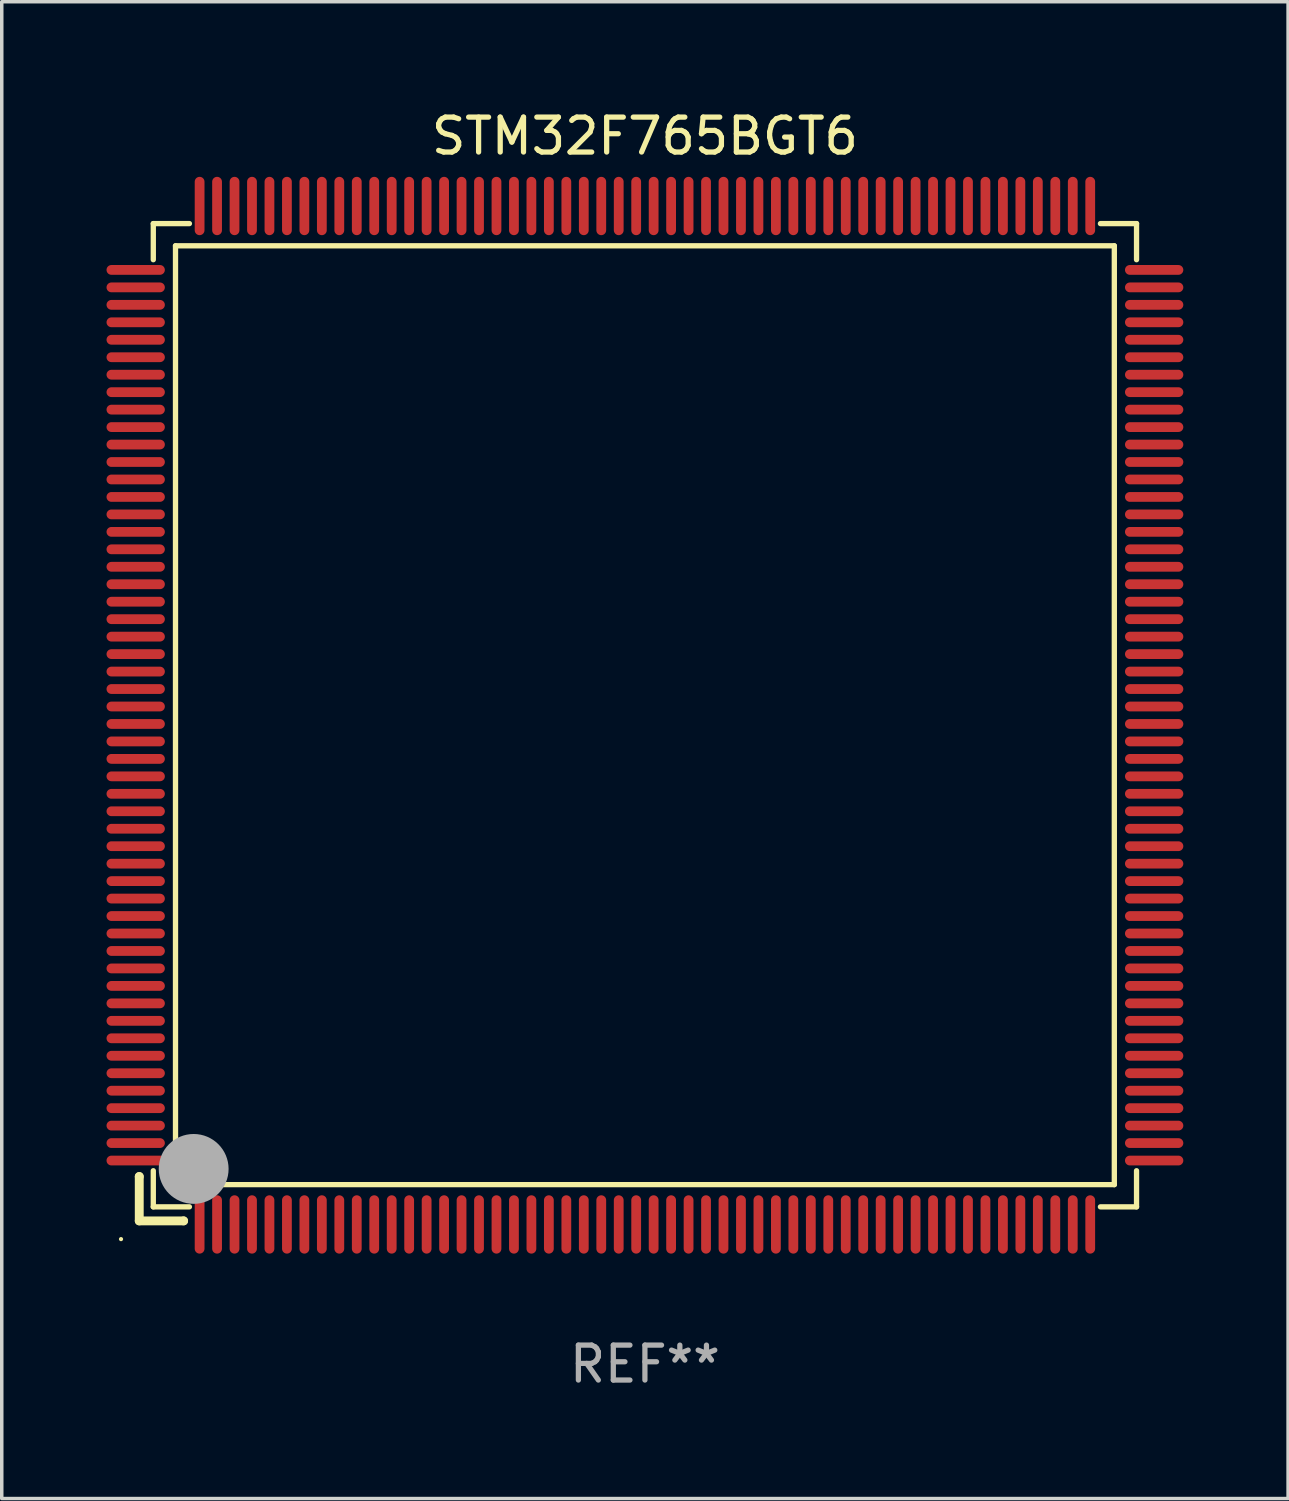
<source format=kicad_pcb>
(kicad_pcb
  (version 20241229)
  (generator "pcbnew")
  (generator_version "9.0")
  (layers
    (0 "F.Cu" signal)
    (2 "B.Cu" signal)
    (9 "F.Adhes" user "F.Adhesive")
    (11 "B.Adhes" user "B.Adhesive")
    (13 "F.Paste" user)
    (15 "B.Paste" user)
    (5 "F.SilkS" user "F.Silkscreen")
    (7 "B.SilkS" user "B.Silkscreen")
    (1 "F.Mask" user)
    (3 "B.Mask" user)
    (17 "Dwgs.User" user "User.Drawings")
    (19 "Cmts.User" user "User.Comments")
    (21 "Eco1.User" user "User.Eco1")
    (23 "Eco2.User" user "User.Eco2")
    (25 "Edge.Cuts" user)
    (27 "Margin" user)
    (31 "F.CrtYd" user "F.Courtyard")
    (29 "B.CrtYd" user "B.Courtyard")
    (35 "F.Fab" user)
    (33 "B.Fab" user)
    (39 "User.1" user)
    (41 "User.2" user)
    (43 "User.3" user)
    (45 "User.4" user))
  (footprint "STM32F765BGT6"
    (layer "F.Cu")
    (at 15.415 17.428)
    (property "Reference" "STM32F765BGT6" (at 0 -16.58 0) (layer "F.SilkS") (effects (font (size 1 1) (thickness 0.15))))
    (attr through_hole)
    (fp_line (start -14.478 13.208) (end -14.478 13.208) (stroke (width 0.254) (type solid)) (layer "F.SilkS"))
    (fp_line (start -14.478 13.208) (end -14.478 14.478) (stroke (width 0.254) (type solid)) (layer "F.SilkS"))
    (fp_line (start -14.478 14.478) (end -13.208 14.478) (stroke (width 0.254) (type solid)) (layer "F.SilkS"))
    (fp_line (start -14.076 -14.076) (end -14.076 -13.042) (stroke (width 0.152) (type solid)) (layer "F.SilkS"))
    (fp_line (start -14.076 14.076) (end -14.076 13.042) (stroke (width 0.152) (type solid)) (layer "F.SilkS"))
    (fp_line (start -13.44 -13.44) (end 13.44 -13.44) (stroke (width 0.152) (type solid)) (layer "F.SilkS"))
    (fp_line (start -13.44 13.44) (end -13.44 -13.44) (stroke (width 0.152) (type solid)) (layer "F.SilkS"))
    (fp_line (start -13.208 14.478) (end -13.208 14.478) (stroke (width 0.254) (type solid)) (layer "F.SilkS"))
    (fp_line (start -13.042 -14.076) (end -14.076 -14.076) (stroke (width 0.152) (type solid)) (layer "F.SilkS"))
    (fp_line (start -13.042 14.076) (end -14.076 14.076) (stroke (width 0.152) (type solid)) (layer "F.SilkS"))
    (fp_line (start 13.042 -14.076) (end 14.076 -14.076) (stroke (width 0.152) (type solid)) (layer "F.SilkS"))
    (fp_line (start 13.042 14.076) (end 14.076 14.076) (stroke (width 0.152) (type solid)) (layer "F.SilkS"))
    (fp_line (start 13.44 -13.44) (end 13.44 13.44) (stroke (width 0.152) (type solid)) (layer "F.SilkS"))
    (fp_line (start 13.44 13.44) (end -13.44 13.44) (stroke (width 0.152) (type solid)) (layer "F.SilkS"))
    (fp_line (start 14.076 -14.076) (end 14.076 -13.042) (stroke (width 0.152) (type solid)) (layer "F.SilkS"))
    (fp_line (start 14.076 14.076) (end 14.076 13.042) (stroke (width 0.152) (type solid)) (layer "F.SilkS"))
    (fp_circle (center -15 15) (end -14.97 15) (stroke (width 0.06) (type solid)) (fill no) (layer "F.SilkS"))
    (fp_circle (center -13.138 13.138) (end -13.063 13.138) (stroke (width 0.15) (type solid)) (fill no) (layer "F.SilkS"))
    (fp_circle (center -12.92 12.99) (end -12.42 12.99) (stroke (width 1) (type solid)) (fill no) (layer "F.Fab"))
    (fp_text user "REF**" (at 0 18.58 0) (layer "F.Fab") (effects (font (size 1 1) (thickness 0.15))))
    (pad "1" smd oval (at -12.75 14.58) (size 0.28 1.67) (layers "F.Cu" "F.Mask" "F.Paste"))
    (pad "2" smd oval (at -12.25 14.58) (size 0.28 1.67) (layers "F.Cu" "F.Mask" "F.Paste"))
    (pad "3" smd oval (at -11.75 14.58) (size 0.28 1.67) (layers "F.Cu" "F.Mask" "F.Paste"))
    (pad "4" smd oval (at -11.25 14.58) (size 0.28 1.67) (layers "F.Cu" "F.Mask" "F.Paste"))
    (pad "5" smd oval (at -10.75 14.58) (size 0.28 1.67) (layers "F.Cu" "F.Mask" "F.Paste"))
    (pad "6" smd oval (at -10.25 14.58) (size 0.28 1.67) (layers "F.Cu" "F.Mask" "F.Paste"))
    (pad "7" smd oval (at -9.75 14.58) (size 0.28 1.67) (layers "F.Cu" "F.Mask" "F.Paste"))
    (pad "8" smd oval (at -9.25 14.58) (size 0.28 1.67) (layers "F.Cu" "F.Mask" "F.Paste"))
    (pad "9" smd oval (at -8.75 14.58) (size 0.28 1.67) (layers "F.Cu" "F.Mask" "F.Paste"))
    (pad "10" smd oval (at -8.25 14.58) (size 0.28 1.67) (layers "F.Cu" "F.Mask" "F.Paste"))
    (pad "11" smd oval (at -7.75 14.58) (size 0.28 1.67) (layers "F.Cu" "F.Mask" "F.Paste"))
    (pad "12" smd oval (at -7.25 14.58) (size 0.28 1.67) (layers "F.Cu" "F.Mask" "F.Paste"))
    (pad "13" smd oval (at -6.75 14.58) (size 0.28 1.67) (layers "F.Cu" "F.Mask" "F.Paste"))
    (pad "14" smd oval (at -6.25 14.58) (size 0.28 1.67) (layers "F.Cu" "F.Mask" "F.Paste"))
    (pad "15" smd oval (at -5.75 14.58) (size 0.28 1.67) (layers "F.Cu" "F.Mask" "F.Paste"))
    (pad "16" smd oval (at -5.25 14.58) (size 0.28 1.67) (layers "F.Cu" "F.Mask" "F.Paste"))
    (pad "17" smd oval (at -4.75 14.58) (size 0.28 1.67) (layers "F.Cu" "F.Mask" "F.Paste"))
    (pad "18" smd oval (at -4.25 14.58) (size 0.28 1.67) (layers "F.Cu" "F.Mask" "F.Paste"))
    (pad "19" smd oval (at -3.75 14.58) (size 0.28 1.67) (layers "F.Cu" "F.Mask" "F.Paste"))
    (pad "20" smd oval (at -3.25 14.58) (size 0.28 1.67) (layers "F.Cu" "F.Mask" "F.Paste"))
    (pad "21" smd oval (at -2.75 14.58) (size 0.28 1.67) (layers "F.Cu" "F.Mask" "F.Paste"))
    (pad "22" smd oval (at -2.25 14.58) (size 0.28 1.67) (layers "F.Cu" "F.Mask" "F.Paste"))
    (pad "23" smd oval (at -1.75 14.58) (size 0.28 1.67) (layers "F.Cu" "F.Mask" "F.Paste"))
    (pad "24" smd oval (at -1.25 14.58) (size 0.28 1.67) (layers "F.Cu" "F.Mask" "F.Paste"))
    (pad "25" smd oval (at -0.75 14.58) (size 0.28 1.67) (layers "F.Cu" "F.Mask" "F.Paste"))
    (pad "26" smd oval (at -0.25 14.58) (size 0.28 1.67) (layers "F.Cu" "F.Mask" "F.Paste"))
    (pad "27" smd oval (at 0.25 14.58) (size 0.28 1.67) (layers "F.Cu" "F.Mask" "F.Paste"))
    (pad "28" smd oval (at 0.75 14.58) (size 0.28 1.67) (layers "F.Cu" "F.Mask" "F.Paste"))
    (pad "29" smd oval (at 1.25 14.58) (size 0.28 1.67) (layers "F.Cu" "F.Mask" "F.Paste"))
    (pad "30" smd oval (at 1.75 14.58) (size 0.28 1.67) (layers "F.Cu" "F.Mask" "F.Paste"))
    (pad "31" smd oval (at 2.25 14.58) (size 0.28 1.67) (layers "F.Cu" "F.Mask" "F.Paste"))
    (pad "32" smd oval (at 2.75 14.58) (size 0.28 1.67) (layers "F.Cu" "F.Mask" "F.Paste"))
    (pad "33" smd oval (at 3.25 14.58) (size 0.28 1.67) (layers "F.Cu" "F.Mask" "F.Paste"))
    (pad "34" smd oval (at 3.75 14.58) (size 0.28 1.67) (layers "F.Cu" "F.Mask" "F.Paste"))
    (pad "35" smd oval (at 4.25 14.58) (size 0.28 1.67) (layers "F.Cu" "F.Mask" "F.Paste"))
    (pad "36" smd oval (at 4.75 14.58) (size 0.28 1.67) (layers "F.Cu" "F.Mask" "F.Paste"))
    (pad "37" smd oval (at 5.25 14.58) (size 0.28 1.67) (layers "F.Cu" "F.Mask" "F.Paste"))
    (pad "38" smd oval (at 5.75 14.58) (size 0.28 1.67) (layers "F.Cu" "F.Mask" "F.Paste"))
    (pad "39" smd oval (at 6.25 14.58) (size 0.28 1.67) (layers "F.Cu" "F.Mask" "F.Paste"))
    (pad "40" smd oval (at 6.75 14.58) (size 0.28 1.67) (layers "F.Cu" "F.Mask" "F.Paste"))
    (pad "41" smd oval (at 7.25 14.58) (size 0.28 1.67) (layers "F.Cu" "F.Mask" "F.Paste"))
    (pad "42" smd oval (at 7.75 14.58) (size 0.28 1.67) (layers "F.Cu" "F.Mask" "F.Paste"))
    (pad "43" smd oval (at 8.25 14.58) (size 0.28 1.67) (layers "F.Cu" "F.Mask" "F.Paste"))
    (pad "44" smd oval (at 8.75 14.58) (size 0.28 1.67) (layers "F.Cu" "F.Mask" "F.Paste"))
    (pad "45" smd oval (at 9.25 14.58) (size 0.28 1.67) (layers "F.Cu" "F.Mask" "F.Paste"))
    (pad "46" smd oval (at 9.75 14.58) (size 0.28 1.67) (layers "F.Cu" "F.Mask" "F.Paste"))
    (pad "47" smd oval (at 10.25 14.58) (size 0.28 1.67) (layers "F.Cu" "F.Mask" "F.Paste"))
    (pad "48" smd oval (at 10.75 14.58) (size 0.28 1.67) (layers "F.Cu" "F.Mask" "F.Paste"))
    (pad "49" smd oval (at 11.25 14.58) (size 0.28 1.67) (layers "F.Cu" "F.Mask" "F.Paste"))
    (pad "50" smd oval (at 11.75 14.58) (size 0.28 1.67) (layers "F.Cu" "F.Mask" "F.Paste"))
    (pad "51" smd oval (at 12.25 14.58) (size 0.28 1.67) (layers "F.Cu" "F.Mask" "F.Paste"))
    (pad "52" smd oval (at 12.75 14.58) (size 0.28 1.67) (layers "F.Cu" "F.Mask" "F.Paste"))
    (pad "53" smd oval (at 14.58 12.75) (size 1.67 0.28) (layers "F.Cu" "F.Mask" "F.Paste"))
    (pad "54" smd oval (at 14.58 12.25) (size 1.67 0.28) (layers "F.Cu" "F.Mask" "F.Paste"))
    (pad "55" smd oval (at 14.58 11.75) (size 1.67 0.28) (layers "F.Cu" "F.Mask" "F.Paste"))
    (pad "56" smd oval (at 14.58 11.25) (size 1.67 0.28) (layers "F.Cu" "F.Mask" "F.Paste"))
    (pad "57" smd oval (at 14.58 10.75) (size 1.67 0.28) (layers "F.Cu" "F.Mask" "F.Paste"))
    (pad "58" smd oval (at 14.58 10.25) (size 1.67 0.28) (layers "F.Cu" "F.Mask" "F.Paste"))
    (pad "59" smd oval (at 14.58 9.75) (size 1.67 0.28) (layers "F.Cu" "F.Mask" "F.Paste"))
    (pad "60" smd oval (at 14.58 9.25) (size 1.67 0.28) (layers "F.Cu" "F.Mask" "F.Paste"))
    (pad "61" smd oval (at 14.58 8.75) (size 1.67 0.28) (layers "F.Cu" "F.Mask" "F.Paste"))
    (pad "62" smd oval (at 14.58 8.25) (size 1.67 0.28) (layers "F.Cu" "F.Mask" "F.Paste"))
    (pad "63" smd oval (at 14.58 7.75) (size 1.67 0.28) (layers "F.Cu" "F.Mask" "F.Paste"))
    (pad "64" smd oval (at 14.58 7.25) (size 1.67 0.28) (layers "F.Cu" "F.Mask" "F.Paste"))
    (pad "65" smd oval (at 14.58 6.75) (size 1.67 0.28) (layers "F.Cu" "F.Mask" "F.Paste"))
    (pad "66" smd oval (at 14.58 6.25) (size 1.67 0.28) (layers "F.Cu" "F.Mask" "F.Paste"))
    (pad "67" smd oval (at 14.58 5.75) (size 1.67 0.28) (layers "F.Cu" "F.Mask" "F.Paste"))
    (pad "68" smd oval (at 14.58 5.25) (size 1.67 0.28) (layers "F.Cu" "F.Mask" "F.Paste"))
    (pad "69" smd oval (at 14.58 4.75) (size 1.67 0.28) (layers "F.Cu" "F.Mask" "F.Paste"))
    (pad "70" smd oval (at 14.58 4.25) (size 1.67 0.28) (layers "F.Cu" "F.Mask" "F.Paste"))
    (pad "71" smd oval (at 14.58 3.75) (size 1.67 0.28) (layers "F.Cu" "F.Mask" "F.Paste"))
    (pad "72" smd oval (at 14.58 3.25) (size 1.67 0.28) (layers "F.Cu" "F.Mask" "F.Paste"))
    (pad "73" smd oval (at 14.58 2.75) (size 1.67 0.28) (layers "F.Cu" "F.Mask" "F.Paste"))
    (pad "74" smd oval (at 14.58 2.25) (size 1.67 0.28) (layers "F.Cu" "F.Mask" "F.Paste"))
    (pad "75" smd oval (at 14.58 1.75) (size 1.67 0.28) (layers "F.Cu" "F.Mask" "F.Paste"))
    (pad "76" smd oval (at 14.58 1.25) (size 1.67 0.28) (layers "F.Cu" "F.Mask" "F.Paste"))
    (pad "77" smd oval (at 14.58 0.75) (size 1.67 0.28) (layers "F.Cu" "F.Mask" "F.Paste"))
    (pad "78" smd oval (at 14.58 0.25) (size 1.67 0.28) (layers "F.Cu" "F.Mask" "F.Paste"))
    (pad "79" smd oval (at 14.58 -0.25) (size 1.67 0.28) (layers "F.Cu" "F.Mask" "F.Paste"))
    (pad "80" smd oval (at 14.58 -0.75) (size 1.67 0.28) (layers "F.Cu" "F.Mask" "F.Paste"))
    (pad "81" smd oval (at 14.58 -1.25) (size 1.67 0.28) (layers "F.Cu" "F.Mask" "F.Paste"))
    (pad "82" smd oval (at 14.58 -1.75) (size 1.67 0.28) (layers "F.Cu" "F.Mask" "F.Paste"))
    (pad "83" smd oval (at 14.58 -2.25) (size 1.67 0.28) (layers "F.Cu" "F.Mask" "F.Paste"))
    (pad "84" smd oval (at 14.58 -2.75) (size 1.67 0.28) (layers "F.Cu" "F.Mask" "F.Paste"))
    (pad "85" smd oval (at 14.58 -3.25) (size 1.67 0.28) (layers "F.Cu" "F.Mask" "F.Paste"))
    (pad "86" smd oval (at 14.58 -3.75) (size 1.67 0.28) (layers "F.Cu" "F.Mask" "F.Paste"))
    (pad "87" smd oval (at 14.58 -4.25) (size 1.67 0.28) (layers "F.Cu" "F.Mask" "F.Paste"))
    (pad "88" smd oval (at 14.58 -4.75) (size 1.67 0.28) (layers "F.Cu" "F.Mask" "F.Paste"))
    (pad "89" smd oval (at 14.58 -5.25) (size 1.67 0.28) (layers "F.Cu" "F.Mask" "F.Paste"))
    (pad "90" smd oval (at 14.58 -5.75) (size 1.67 0.28) (layers "F.Cu" "F.Mask" "F.Paste"))
    (pad "91" smd oval (at 14.58 -6.25) (size 1.67 0.28) (layers "F.Cu" "F.Mask" "F.Paste"))
    (pad "92" smd oval (at 14.58 -6.75) (size 1.67 0.28) (layers "F.Cu" "F.Mask" "F.Paste"))
    (pad "93" smd oval (at 14.58 -7.25) (size 1.67 0.28) (layers "F.Cu" "F.Mask" "F.Paste"))
    (pad "94" smd oval (at 14.58 -7.75) (size 1.67 0.28) (layers "F.Cu" "F.Mask" "F.Paste"))
    (pad "95" smd oval (at 14.58 -8.25) (size 1.67 0.28) (layers "F.Cu" "F.Mask" "F.Paste"))
    (pad "96" smd oval (at 14.58 -8.75) (size 1.67 0.28) (layers "F.Cu" "F.Mask" "F.Paste"))
    (pad "97" smd oval (at 14.58 -9.25) (size 1.67 0.28) (layers "F.Cu" "F.Mask" "F.Paste"))
    (pad "98" smd oval (at 14.58 -9.75) (size 1.67 0.28) (layers "F.Cu" "F.Mask" "F.Paste"))
    (pad "99" smd oval (at 14.58 -10.25) (size 1.67 0.28) (layers "F.Cu" "F.Mask" "F.Paste"))
    (pad "100" smd oval (at 14.58 -10.75) (size 1.67 0.28) (layers "F.Cu" "F.Mask" "F.Paste"))
    (pad "101" smd oval (at 14.58 -11.25) (size 1.67 0.28) (layers "F.Cu" "F.Mask" "F.Paste"))
    (pad "102" smd oval (at 14.58 -11.75) (size 1.67 0.28) (layers "F.Cu" "F.Mask" "F.Paste"))
    (pad "103" smd oval (at 14.58 -12.25) (size 1.67 0.28) (layers "F.Cu" "F.Mask" "F.Paste"))
    (pad "104" smd oval (at 14.58 -12.75) (size 1.67 0.28) (layers "F.Cu" "F.Mask" "F.Paste"))
    (pad "105" smd oval (at 12.75 -14.58) (size 0.28 1.67) (layers "F.Cu" "F.Mask" "F.Paste"))
    (pad "106" smd oval (at 12.25 -14.58) (size 0.28 1.67) (layers "F.Cu" "F.Mask" "F.Paste"))
    (pad "107" smd oval (at 11.75 -14.58) (size 0.28 1.67) (layers "F.Cu" "F.Mask" "F.Paste"))
    (pad "108" smd oval (at 11.25 -14.58) (size 0.28 1.67) (layers "F.Cu" "F.Mask" "F.Paste"))
    (pad "109" smd oval (at 10.75 -14.58) (size 0.28 1.67) (layers "F.Cu" "F.Mask" "F.Paste"))
    (pad "110" smd oval (at 10.25 -14.58) (size 0.28 1.67) (layers "F.Cu" "F.Mask" "F.Paste"))
    (pad "111" smd oval (at 9.75 -14.58) (size 0.28 1.67) (layers "F.Cu" "F.Mask" "F.Paste"))
    (pad "112" smd oval (at 9.25 -14.58) (size 0.28 1.67) (layers "F.Cu" "F.Mask" "F.Paste"))
    (pad "113" smd oval (at 8.75 -14.58) (size 0.28 1.67) (layers "F.Cu" "F.Mask" "F.Paste"))
    (pad "114" smd oval (at 8.25 -14.58) (size 0.28 1.67) (layers "F.Cu" "F.Mask" "F.Paste"))
    (pad "115" smd oval (at 7.75 -14.58) (size 0.28 1.67) (layers "F.Cu" "F.Mask" "F.Paste"))
    (pad "116" smd oval (at 7.25 -14.58) (size 0.28 1.67) (layers "F.Cu" "F.Mask" "F.Paste"))
    (pad "117" smd oval (at 6.75 -14.58) (size 0.28 1.67) (layers "F.Cu" "F.Mask" "F.Paste"))
    (pad "118" smd oval (at 6.25 -14.58) (size 0.28 1.67) (layers "F.Cu" "F.Mask" "F.Paste"))
    (pad "119" smd oval (at 5.75 -14.58) (size 0.28 1.67) (layers "F.Cu" "F.Mask" "F.Paste"))
    (pad "120" smd oval (at 5.25 -14.58) (size 0.28 1.67) (layers "F.Cu" "F.Mask" "F.Paste"))
    (pad "121" smd oval (at 4.75 -14.58) (size 0.28 1.67) (layers "F.Cu" "F.Mask" "F.Paste"))
    (pad "122" smd oval (at 4.25 -14.58) (size 0.28 1.67) (layers "F.Cu" "F.Mask" "F.Paste"))
    (pad "123" smd oval (at 3.75 -14.58) (size 0.28 1.67) (layers "F.Cu" "F.Mask" "F.Paste"))
    (pad "124" smd oval (at 3.25 -14.58) (size 0.28 1.67) (layers "F.Cu" "F.Mask" "F.Paste"))
    (pad "125" smd oval (at 2.75 -14.58) (size 0.28 1.67) (layers "F.Cu" "F.Mask" "F.Paste"))
    (pad "126" smd oval (at 2.25 -14.58) (size 0.28 1.67) (layers "F.Cu" "F.Mask" "F.Paste"))
    (pad "127" smd oval (at 1.75 -14.58) (size 0.28 1.67) (layers "F.Cu" "F.Mask" "F.Paste"))
    (pad "128" smd oval (at 1.25 -14.58) (size 0.28 1.67) (layers "F.Cu" "F.Mask" "F.Paste"))
    (pad "129" smd oval (at 0.75 -14.58) (size 0.28 1.67) (layers "F.Cu" "F.Mask" "F.Paste"))
    (pad "130" smd oval (at 0.25 -14.58) (size 0.28 1.67) (layers "F.Cu" "F.Mask" "F.Paste"))
    (pad "131" smd oval (at -0.25 -14.58) (size 0.28 1.67) (layers "F.Cu" "F.Mask" "F.Paste"))
    (pad "132" smd oval (at -0.75 -14.58) (size 0.28 1.67) (layers "F.Cu" "F.Mask" "F.Paste"))
    (pad "133" smd oval (at -1.25 -14.58) (size 0.28 1.67) (layers "F.Cu" "F.Mask" "F.Paste"))
    (pad "134" smd oval (at -1.75 -14.58) (size 0.28 1.67) (layers "F.Cu" "F.Mask" "F.Paste"))
    (pad "135" smd oval (at -2.25 -14.58) (size 0.28 1.67) (layers "F.Cu" "F.Mask" "F.Paste"))
    (pad "136" smd oval (at -2.75 -14.58) (size 0.28 1.67) (layers "F.Cu" "F.Mask" "F.Paste"))
    (pad "137" smd oval (at -3.25 -14.58) (size 0.28 1.67) (layers "F.Cu" "F.Mask" "F.Paste"))
    (pad "138" smd oval (at -3.75 -14.58) (size 0.28 1.67) (layers "F.Cu" "F.Mask" "F.Paste"))
    (pad "139" smd oval (at -4.25 -14.58) (size 0.28 1.67) (layers "F.Cu" "F.Mask" "F.Paste"))
    (pad "140" smd oval (at -4.75 -14.58) (size 0.28 1.67) (layers "F.Cu" "F.Mask" "F.Paste"))
    (pad "141" smd oval (at -5.25 -14.58) (size 0.28 1.67) (layers "F.Cu" "F.Mask" "F.Paste"))
    (pad "142" smd oval (at -5.75 -14.58) (size 0.28 1.67) (layers "F.Cu" "F.Mask" "F.Paste"))
    (pad "143" smd oval (at -6.25 -14.58) (size 0.28 1.67) (layers "F.Cu" "F.Mask" "F.Paste"))
    (pad "144" smd oval (at -6.75 -14.58) (size 0.28 1.67) (layers "F.Cu" "F.Mask" "F.Paste"))
    (pad "145" smd oval (at -7.25 -14.58) (size 0.28 1.67) (layers "F.Cu" "F.Mask" "F.Paste"))
    (pad "146" smd oval (at -7.75 -14.58) (size 0.28 1.67) (layers "F.Cu" "F.Mask" "F.Paste"))
    (pad "147" smd oval (at -8.25 -14.58) (size 0.28 1.67) (layers "F.Cu" "F.Mask" "F.Paste"))
    (pad "148" smd oval (at -8.75 -14.58) (size 0.28 1.67) (layers "F.Cu" "F.Mask" "F.Paste"))
    (pad "149" smd oval (at -9.25 -14.58) (size 0.28 1.67) (layers "F.Cu" "F.Mask" "F.Paste"))
    (pad "150" smd oval (at -9.75 -14.58) (size 0.28 1.67) (layers "F.Cu" "F.Mask" "F.Paste"))
    (pad "151" smd oval (at -10.25 -14.58) (size 0.28 1.67) (layers "F.Cu" "F.Mask" "F.Paste"))
    (pad "152" smd oval (at -10.75 -14.58) (size 0.28 1.67) (layers "F.Cu" "F.Mask" "F.Paste"))
    (pad "153" smd oval (at -11.25 -14.58) (size 0.28 1.67) (layers "F.Cu" "F.Mask" "F.Paste"))
    (pad "154" smd oval (at -11.75 -14.58) (size 0.28 1.67) (layers "F.Cu" "F.Mask" "F.Paste"))
    (pad "155" smd oval (at -12.25 -14.58) (size 0.28 1.67) (layers "F.Cu" "F.Mask" "F.Paste"))
    (pad "156" smd oval (at -12.75 -14.58) (size 0.28 1.67) (layers "F.Cu" "F.Mask" "F.Paste"))
    (pad "157" smd oval (at -14.58 -12.75) (size 1.67 0.28) (layers "F.Cu" "F.Mask" "F.Paste"))
    (pad "158" smd oval (at -14.58 -12.25) (size 1.67 0.28) (layers "F.Cu" "F.Mask" "F.Paste"))
    (pad "159" smd oval (at -14.58 -11.75) (size 1.67 0.28) (layers "F.Cu" "F.Mask" "F.Paste"))
    (pad "160" smd oval (at -14.58 -11.25) (size 1.67 0.28) (layers "F.Cu" "F.Mask" "F.Paste"))
    (pad "161" smd oval (at -14.58 -10.75) (size 1.67 0.28) (layers "F.Cu" "F.Mask" "F.Paste"))
    (pad "162" smd oval (at -14.58 -10.25) (size 1.67 0.28) (layers "F.Cu" "F.Mask" "F.Paste"))
    (pad "163" smd oval (at -14.58 -9.75) (size 1.67 0.28) (layers "F.Cu" "F.Mask" "F.Paste"))
    (pad "164" smd oval (at -14.58 -9.25) (size 1.67 0.28) (layers "F.Cu" "F.Mask" "F.Paste"))
    (pad "165" smd oval (at -14.58 -8.75) (size 1.67 0.28) (layers "F.Cu" "F.Mask" "F.Paste"))
    (pad "166" smd oval (at -14.58 -8.25) (size 1.67 0.28) (layers "F.Cu" "F.Mask" "F.Paste"))
    (pad "167" smd oval (at -14.58 -7.75) (size 1.67 0.28) (layers "F.Cu" "F.Mask" "F.Paste"))
    (pad "168" smd oval (at -14.58 -7.25) (size 1.67 0.28) (layers "F.Cu" "F.Mask" "F.Paste"))
    (pad "169" smd oval (at -14.58 -6.75) (size 1.67 0.28) (layers "F.Cu" "F.Mask" "F.Paste"))
    (pad "170" smd oval (at -14.58 -6.25) (size 1.67 0.28) (layers "F.Cu" "F.Mask" "F.Paste"))
    (pad "171" smd oval (at -14.58 -5.75) (size 1.67 0.28) (layers "F.Cu" "F.Mask" "F.Paste"))
    (pad "172" smd oval (at -14.58 -5.25) (size 1.67 0.28) (layers "F.Cu" "F.Mask" "F.Paste"))
    (pad "173" smd oval (at -14.58 -4.75) (size 1.67 0.28) (layers "F.Cu" "F.Mask" "F.Paste"))
    (pad "174" smd oval (at -14.58 -4.25) (size 1.67 0.28) (layers "F.Cu" "F.Mask" "F.Paste"))
    (pad "175" smd oval (at -14.58 -3.75) (size 1.67 0.28) (layers "F.Cu" "F.Mask" "F.Paste"))
    (pad "176" smd oval (at -14.58 -3.25) (size 1.67 0.28) (layers "F.Cu" "F.Mask" "F.Paste"))
    (pad "177" smd oval (at -14.58 -2.75) (size 1.67 0.28) (layers "F.Cu" "F.Mask" "F.Paste"))
    (pad "178" smd oval (at -14.58 -2.25) (size 1.67 0.28) (layers "F.Cu" "F.Mask" "F.Paste"))
    (pad "179" smd oval (at -14.58 -1.75) (size 1.67 0.28) (layers "F.Cu" "F.Mask" "F.Paste"))
    (pad "180" smd oval (at -14.58 -1.25) (size 1.67 0.28) (layers "F.Cu" "F.Mask" "F.Paste"))
    (pad "181" smd oval (at -14.58 -0.75) (size 1.67 0.28) (layers "F.Cu" "F.Mask" "F.Paste"))
    (pad "182" smd oval (at -14.58 -0.25) (size 1.67 0.28) (layers "F.Cu" "F.Mask" "F.Paste"))
    (pad "183" smd oval (at -14.58 0.25) (size 1.67 0.28) (layers "F.Cu" "F.Mask" "F.Paste"))
    (pad "184" smd oval (at -14.58 0.75) (size 1.67 0.28) (layers "F.Cu" "F.Mask" "F.Paste"))
    (pad "185" smd oval (at -14.58 1.25) (size 1.67 0.28) (layers "F.Cu" "F.Mask" "F.Paste"))
    (pad "186" smd oval (at -14.58 1.75) (size 1.67 0.28) (layers "F.Cu" "F.Mask" "F.Paste"))
    (pad "187" smd oval (at -14.58 2.25) (size 1.67 0.28) (layers "F.Cu" "F.Mask" "F.Paste"))
    (pad "188" smd oval (at -14.58 2.75) (size 1.67 0.28) (layers "F.Cu" "F.Mask" "F.Paste"))
    (pad "189" smd oval (at -14.58 3.25) (size 1.67 0.28) (layers "F.Cu" "F.Mask" "F.Paste"))
    (pad "190" smd oval (at -14.58 3.75) (size 1.67 0.28) (layers "F.Cu" "F.Mask" "F.Paste"))
    (pad "191" smd oval (at -14.58 4.25) (size 1.67 0.28) (layers "F.Cu" "F.Mask" "F.Paste"))
    (pad "192" smd oval (at -14.58 4.75) (size 1.67 0.28) (layers "F.Cu" "F.Mask" "F.Paste"))
    (pad "193" smd oval (at -14.58 5.25) (size 1.67 0.28) (layers "F.Cu" "F.Mask" "F.Paste"))
    (pad "194" smd oval (at -14.58 5.75) (size 1.67 0.28) (layers "F.Cu" "F.Mask" "F.Paste"))
    (pad "195" smd oval (at -14.58 6.25) (size 1.67 0.28) (layers "F.Cu" "F.Mask" "F.Paste"))
    (pad "196" smd oval (at -14.58 6.75) (size 1.67 0.28) (layers "F.Cu" "F.Mask" "F.Paste"))
    (pad "197" smd oval (at -14.58 7.25) (size 1.67 0.28) (layers "F.Cu" "F.Mask" "F.Paste"))
    (pad "198" smd oval (at -14.58 7.75) (size 1.67 0.28) (layers "F.Cu" "F.Mask" "F.Paste"))
    (pad "199" smd oval (at -14.58 8.25) (size 1.67 0.28) (layers "F.Cu" "F.Mask" "F.Paste"))
    (pad "200" smd oval (at -14.58 8.75) (size 1.67 0.28) (layers "F.Cu" "F.Mask" "F.Paste"))
    (pad "201" smd oval (at -14.58 9.25) (size 1.67 0.28) (layers "F.Cu" "F.Mask" "F.Paste"))
    (pad "202" smd oval (at -14.58 9.75) (size 1.67 0.28) (layers "F.Cu" "F.Mask" "F.Paste"))
    (pad "203" smd oval (at -14.58 10.25) (size 1.67 0.28) (layers "F.Cu" "F.Mask" "F.Paste"))
    (pad "204" smd oval (at -14.58 10.75) (size 1.67 0.28) (layers "F.Cu" "F.Mask" "F.Paste"))
    (pad "205" smd oval (at -14.58 11.25) (size 1.67 0.28) (layers "F.Cu" "F.Mask" "F.Paste"))
    (pad "206" smd oval (at -14.58 11.75) (size 1.67 0.28) (layers "F.Cu" "F.Mask" "F.Paste"))
    (pad "207" smd oval (at -14.58 12.25) (size 1.67 0.28) (layers "F.Cu" "F.Mask" "F.Paste"))
    (pad "208" smd oval (at -14.58 12.75) (size 1.67 0.28) (layers "F.Cu" "F.Mask" "F.Paste")))
  (gr_rect
    (start -3 -3)
    (end 33.83 39.856)
    (stroke (width 0.1) (type default))
    (fill no)
    (layer "Edge.Cuts")))
</source>
